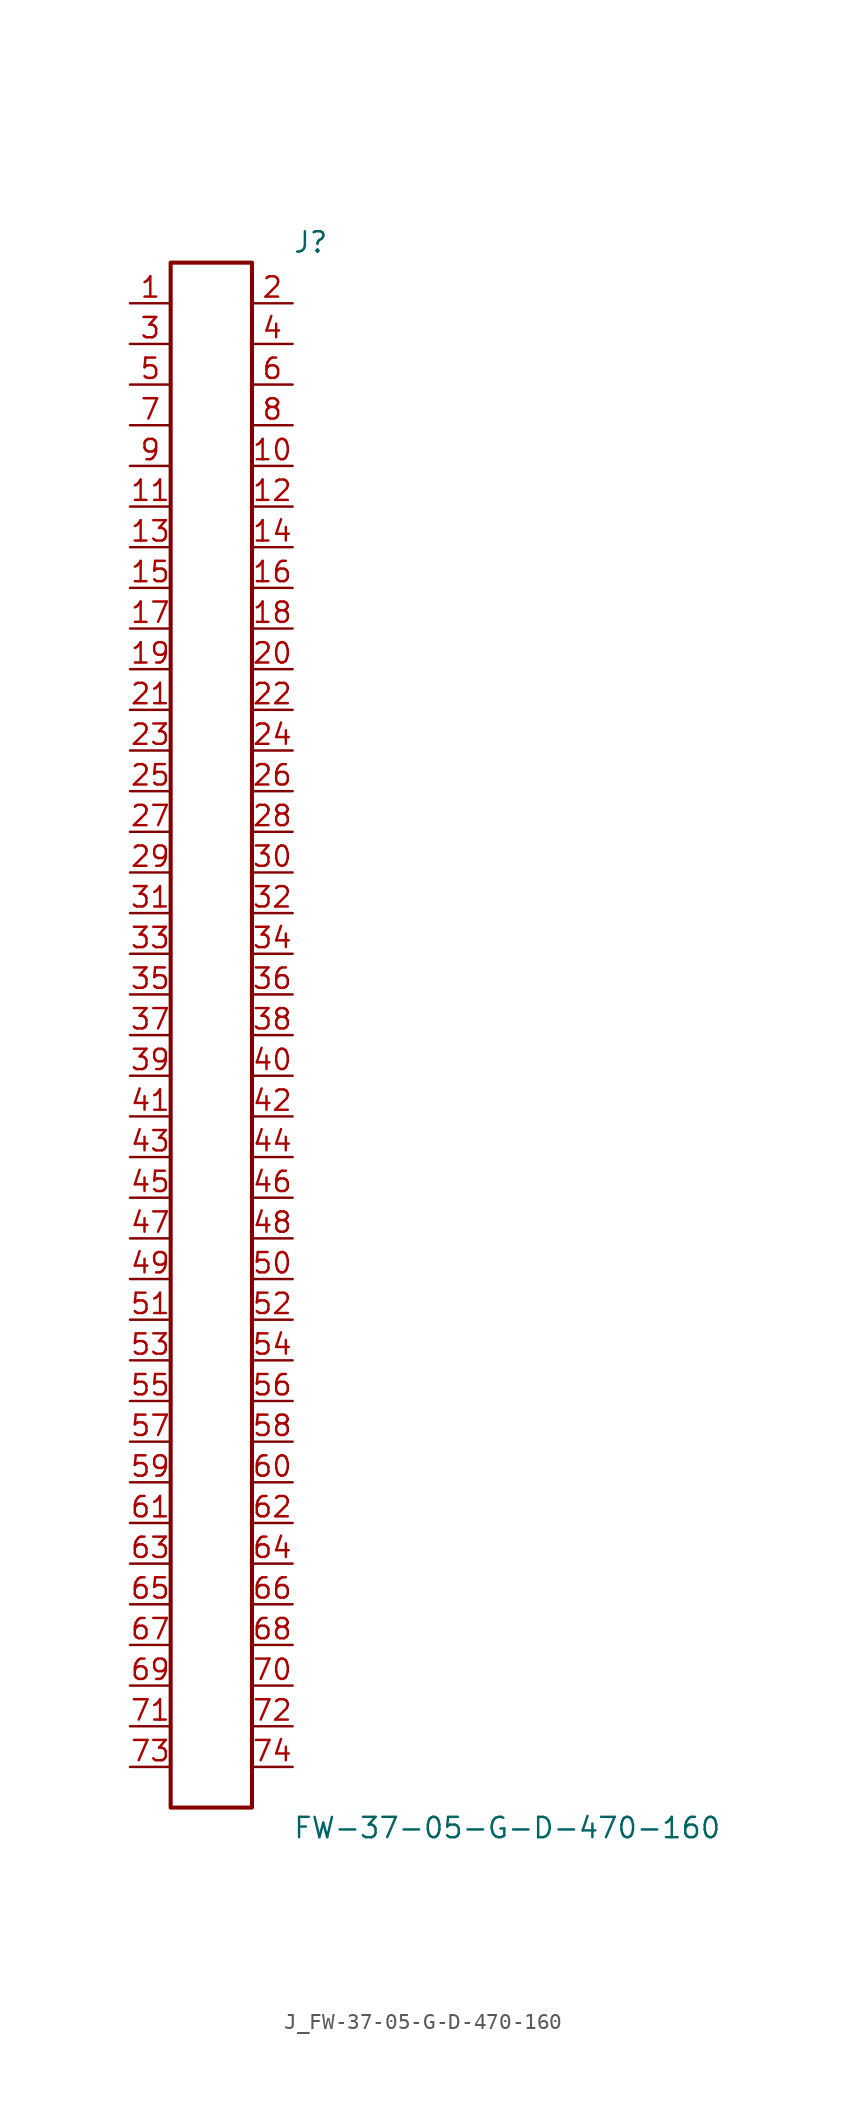
<source format=kicad_sym>
(kicad_symbol_lib
  (version 20231120)
  (generator kicad_symbol_editor)
  (generator_version 8.0)
  (symbol "J_FW-37-05-G-D-470-160"
    (pin_names
      (offset 0.254))
    (property "Reference" "J"
      (at 5.08 49.53 0)
      (effects (font (size 1.27 1.27)) (justify left)))
    (property "Value" "FW-37-05-G-D-470-160"
      (at 5.08 -49.53 0)
      (effects (font (size 1.27 1.27)) (justify left)))
    (symbol "J_FW-37-05-G-D-470-160_0_0"
      (pin unspecified line (at -5.08 45.72 0) (length 2.54) (name "" (effects (font (size 1.27 1.27)))) (number "1" (effects (font (size 1.27 1.27)))))
      (pin unspecified line (at 5.08 45.72 180) (length 2.54) (name "" (effects (font (size 1.27 1.27)))) (number "2" (effects (font (size 1.27 1.27)))))
      (pin unspecified line (at -5.08 43.18 0) (length 2.54) (name "" (effects (font (size 1.27 1.27)))) (number "3" (effects (font (size 1.27 1.27)))))
      (pin unspecified line (at 5.08 43.18 180) (length 2.54) (name "" (effects (font (size 1.27 1.27)))) (number "4" (effects (font (size 1.27 1.27)))))
      (pin unspecified line (at -5.08 40.64 0) (length 2.54) (name "" (effects (font (size 1.27 1.27)))) (number "5" (effects (font (size 1.27 1.27)))))
      (pin unspecified line (at 5.08 40.64 180) (length 2.54) (name "" (effects (font (size 1.27 1.27)))) (number "6" (effects (font (size 1.27 1.27)))))
      (pin unspecified line (at -5.08 38.1 0) (length 2.54) (name "" (effects (font (size 1.27 1.27)))) (number "7" (effects (font (size 1.27 1.27)))))
      (pin unspecified line (at 5.08 38.1 180) (length 2.54) (name "" (effects (font (size 1.27 1.27)))) (number "8" (effects (font (size 1.27 1.27)))))
      (pin unspecified line (at -5.08 35.56 0) (length 2.54) (name "" (effects (font (size 1.27 1.27)))) (number "9" (effects (font (size 1.27 1.27)))))
      (pin unspecified line (at 5.08 35.56 180) (length 2.54) (name "" (effects (font (size 1.27 1.27)))) (number "10" (effects (font (size 1.27 1.27)))))
      (pin unspecified line (at -5.08 33.02 0) (length 2.54) (name "" (effects (font (size 1.27 1.27)))) (number "11" (effects (font (size 1.27 1.27)))))
      (pin unspecified line (at 5.08 33.02 180) (length 2.54) (name "" (effects (font (size 1.27 1.27)))) (number "12" (effects (font (size 1.27 1.27)))))
      (pin unspecified line (at -5.08 30.48 0) (length 2.54) (name "" (effects (font (size 1.27 1.27)))) (number "13" (effects (font (size 1.27 1.27)))))
      (pin unspecified line (at 5.08 30.48 180) (length 2.54) (name "" (effects (font (size 1.27 1.27)))) (number "14" (effects (font (size 1.27 1.27)))))
      (pin unspecified line (at -5.08 27.94 0) (length 2.54) (name "" (effects (font (size 1.27 1.27)))) (number "15" (effects (font (size 1.27 1.27)))))
      (pin unspecified line (at 5.08 27.94 180) (length 2.54) (name "" (effects (font (size 1.27 1.27)))) (number "16" (effects (font (size 1.27 1.27)))))
      (pin unspecified line (at -5.08 25.4 0) (length 2.54) (name "" (effects (font (size 1.27 1.27)))) (number "17" (effects (font (size 1.27 1.27)))))
      (pin unspecified line (at 5.08 25.4 180) (length 2.54) (name "" (effects (font (size 1.27 1.27)))) (number "18" (effects (font (size 1.27 1.27)))))
      (pin unspecified line (at -5.08 22.86 0) (length 2.54) (name "" (effects (font (size 1.27 1.27)))) (number "19" (effects (font (size 1.27 1.27)))))
      (pin unspecified line (at 5.08 22.86 180) (length 2.54) (name "" (effects (font (size 1.27 1.27)))) (number "20" (effects (font (size 1.27 1.27)))))
      (pin unspecified line (at -5.08 20.32 0) (length 2.54) (name "" (effects (font (size 1.27 1.27)))) (number "21" (effects (font (size 1.27 1.27)))))
      (pin unspecified line (at 5.08 20.32 180) (length 2.54) (name "" (effects (font (size 1.27 1.27)))) (number "22" (effects (font (size 1.27 1.27)))))
      (pin unspecified line (at -5.08 17.78 0) (length 2.54) (name "" (effects (font (size 1.27 1.27)))) (number "23" (effects (font (size 1.27 1.27)))))
      (pin unspecified line (at 5.08 17.78 180) (length 2.54) (name "" (effects (font (size 1.27 1.27)))) (number "24" (effects (font (size 1.27 1.27)))))
      (pin unspecified line (at -5.08 15.24 0) (length 2.54) (name "" (effects (font (size 1.27 1.27)))) (number "25" (effects (font (size 1.27 1.27)))))
      (pin unspecified line (at 5.08 15.24 180) (length 2.54) (name "" (effects (font (size 1.27 1.27)))) (number "26" (effects (font (size 1.27 1.27)))))
      (pin unspecified line (at -5.08 12.7 0) (length 2.54) (name "" (effects (font (size 1.27 1.27)))) (number "27" (effects (font (size 1.27 1.27)))))
      (pin unspecified line (at 5.08 12.7 180) (length 2.54) (name "" (effects (font (size 1.27 1.27)))) (number "28" (effects (font (size 1.27 1.27)))))
      (pin unspecified line (at -5.08 10.16 0) (length 2.54) (name "" (effects (font (size 1.27 1.27)))) (number "29" (effects (font (size 1.27 1.27)))))
      (pin unspecified line (at 5.08 10.16 180) (length 2.54) (name "" (effects (font (size 1.27 1.27)))) (number "30" (effects (font (size 1.27 1.27)))))
      (pin unspecified line (at -5.08 7.62 0) (length 2.54) (name "" (effects (font (size 1.27 1.27)))) (number "31" (effects (font (size 1.27 1.27)))))
      (pin unspecified line (at 5.08 7.62 180) (length 2.54) (name "" (effects (font (size 1.27 1.27)))) (number "32" (effects (font (size 1.27 1.27)))))
      (pin unspecified line (at -5.08 5.08 0) (length 2.54) (name "" (effects (font (size 1.27 1.27)))) (number "33" (effects (font (size 1.27 1.27)))))
      (pin unspecified line (at 5.08 5.08 180) (length 2.54) (name "" (effects (font (size 1.27 1.27)))) (number "34" (effects (font (size 1.27 1.27)))))
      (pin unspecified line (at -5.08 2.54 0) (length 2.54) (name "" (effects (font (size 1.27 1.27)))) (number "35" (effects (font (size 1.27 1.27)))))
      (pin unspecified line (at 5.08 2.54 180) (length 2.54) (name "" (effects (font (size 1.27 1.27)))) (number "36" (effects (font (size 1.27 1.27)))))
      (pin unspecified line (at -5.08 0.0 0) (length 2.54) (name "" (effects (font (size 1.27 1.27)))) (number "37" (effects (font (size 1.27 1.27)))))
      (pin unspecified line (at 5.08 0.0 180) (length 2.54) (name "" (effects (font (size 1.27 1.27)))) (number "38" (effects (font (size 1.27 1.27)))))
      (pin unspecified line (at -5.08 -2.54 0) (length 2.54) (name "" (effects (font (size 1.27 1.27)))) (number "39" (effects (font (size 1.27 1.27)))))
      (pin unspecified line (at 5.08 -2.54 180) (length 2.54) (name "" (effects (font (size 1.27 1.27)))) (number "40" (effects (font (size 1.27 1.27)))))
      (pin unspecified line (at -5.08 -5.08 0) (length 2.54) (name "" (effects (font (size 1.27 1.27)))) (number "41" (effects (font (size 1.27 1.27)))))
      (pin unspecified line (at 5.08 -5.08 180) (length 2.54) (name "" (effects (font (size 1.27 1.27)))) (number "42" (effects (font (size 1.27 1.27)))))
      (pin unspecified line (at -5.08 -7.62 0) (length 2.54) (name "" (effects (font (size 1.27 1.27)))) (number "43" (effects (font (size 1.27 1.27)))))
      (pin unspecified line (at 5.08 -7.62 180) (length 2.54) (name "" (effects (font (size 1.27 1.27)))) (number "44" (effects (font (size 1.27 1.27)))))
      (pin unspecified line (at -5.08 -10.16 0) (length 2.54) (name "" (effects (font (size 1.27 1.27)))) (number "45" (effects (font (size 1.27 1.27)))))
      (pin unspecified line (at 5.08 -10.16 180) (length 2.54) (name "" (effects (font (size 1.27 1.27)))) (number "46" (effects (font (size 1.27 1.27)))))
      (pin unspecified line (at -5.08 -12.7 0) (length 2.54) (name "" (effects (font (size 1.27 1.27)))) (number "47" (effects (font (size 1.27 1.27)))))
      (pin unspecified line (at 5.08 -12.7 180) (length 2.54) (name "" (effects (font (size 1.27 1.27)))) (number "48" (effects (font (size 1.27 1.27)))))
      (pin unspecified line (at -5.08 -15.24 0) (length 2.54) (name "" (effects (font (size 1.27 1.27)))) (number "49" (effects (font (size 1.27 1.27)))))
      (pin unspecified line (at 5.08 -15.24 180) (length 2.54) (name "" (effects (font (size 1.27 1.27)))) (number "50" (effects (font (size 1.27 1.27)))))
      (pin unspecified line (at -5.08 -17.78 0) (length 2.54) (name "" (effects (font (size 1.27 1.27)))) (number "51" (effects (font (size 1.27 1.27)))))
      (pin unspecified line (at 5.08 -17.78 180) (length 2.54) (name "" (effects (font (size 1.27 1.27)))) (number "52" (effects (font (size 1.27 1.27)))))
      (pin unspecified line (at -5.08 -20.32 0) (length 2.54) (name "" (effects (font (size 1.27 1.27)))) (number "53" (effects (font (size 1.27 1.27)))))
      (pin unspecified line (at 5.08 -20.32 180) (length 2.54) (name "" (effects (font (size 1.27 1.27)))) (number "54" (effects (font (size 1.27 1.27)))))
      (pin unspecified line (at -5.08 -22.86 0) (length 2.54) (name "" (effects (font (size 1.27 1.27)))) (number "55" (effects (font (size 1.27 1.27)))))
      (pin unspecified line (at 5.08 -22.86 180) (length 2.54) (name "" (effects (font (size 1.27 1.27)))) (number "56" (effects (font (size 1.27 1.27)))))
      (pin unspecified line (at -5.08 -25.4 0) (length 2.54) (name "" (effects (font (size 1.27 1.27)))) (number "57" (effects (font (size 1.27 1.27)))))
      (pin unspecified line (at 5.08 -25.4 180) (length 2.54) (name "" (effects (font (size 1.27 1.27)))) (number "58" (effects (font (size 1.27 1.27)))))
      (pin unspecified line (at -5.08 -27.94 0) (length 2.54) (name "" (effects (font (size 1.27 1.27)))) (number "59" (effects (font (size 1.27 1.27)))))
      (pin unspecified line (at 5.08 -27.94 180) (length 2.54) (name "" (effects (font (size 1.27 1.27)))) (number "60" (effects (font (size 1.27 1.27)))))
      (pin unspecified line (at -5.08 -30.48 0) (length 2.54) (name "" (effects (font (size 1.27 1.27)))) (number "61" (effects (font (size 1.27 1.27)))))
      (pin unspecified line (at 5.08 -30.48 180) (length 2.54) (name "" (effects (font (size 1.27 1.27)))) (number "62" (effects (font (size 1.27 1.27)))))
      (pin unspecified line (at -5.08 -33.02 0) (length 2.54) (name "" (effects (font (size 1.27 1.27)))) (number "63" (effects (font (size 1.27 1.27)))))
      (pin unspecified line (at 5.08 -33.02 180) (length 2.54) (name "" (effects (font (size 1.27 1.27)))) (number "64" (effects (font (size 1.27 1.27)))))
      (pin unspecified line (at -5.08 -35.56 0) (length 2.54) (name "" (effects (font (size 1.27 1.27)))) (number "65" (effects (font (size 1.27 1.27)))))
      (pin unspecified line (at 5.08 -35.56 180) (length 2.54) (name "" (effects (font (size 1.27 1.27)))) (number "66" (effects (font (size 1.27 1.27)))))
      (pin unspecified line (at -5.08 -38.1 0) (length 2.54) (name "" (effects (font (size 1.27 1.27)))) (number "67" (effects (font (size 1.27 1.27)))))
      (pin unspecified line (at 5.08 -38.1 180) (length 2.54) (name "" (effects (font (size 1.27 1.27)))) (number "68" (effects (font (size 1.27 1.27)))))
      (pin unspecified line (at -5.08 -40.64 0) (length 2.54) (name "" (effects (font (size 1.27 1.27)))) (number "69" (effects (font (size 1.27 1.27)))))
      (pin unspecified line (at 5.08 -40.64 180) (length 2.54) (name "" (effects (font (size 1.27 1.27)))) (number "70" (effects (font (size 1.27 1.27)))))
      (pin unspecified line (at -5.08 -43.18 0) (length 2.54) (name "" (effects (font (size 1.27 1.27)))) (number "71" (effects (font (size 1.27 1.27)))))
      (pin unspecified line (at 5.08 -43.18 180) (length 2.54) (name "" (effects (font (size 1.27 1.27)))) (number "72" (effects (font (size 1.27 1.27)))))
      (pin unspecified line (at -5.08 -45.72 0) (length 2.54) (name "" (effects (font (size 1.27 1.27)))) (number "73" (effects (font (size 1.27 1.27)))))
      (pin unspecified line (at 5.08 -45.72 180) (length 2.54) (name "" (effects (font (size 1.27 1.27)))) (number "74" (effects (font (size 1.27 1.27))))))
    (symbol "J_FW-37-05-G-D-470-160_1_0"
      (rectangle (start -2.54 48.26) (end 2.54 -48.26) (stroke (width 0.254) (type solid)) (fill (type none))))))
</source>
